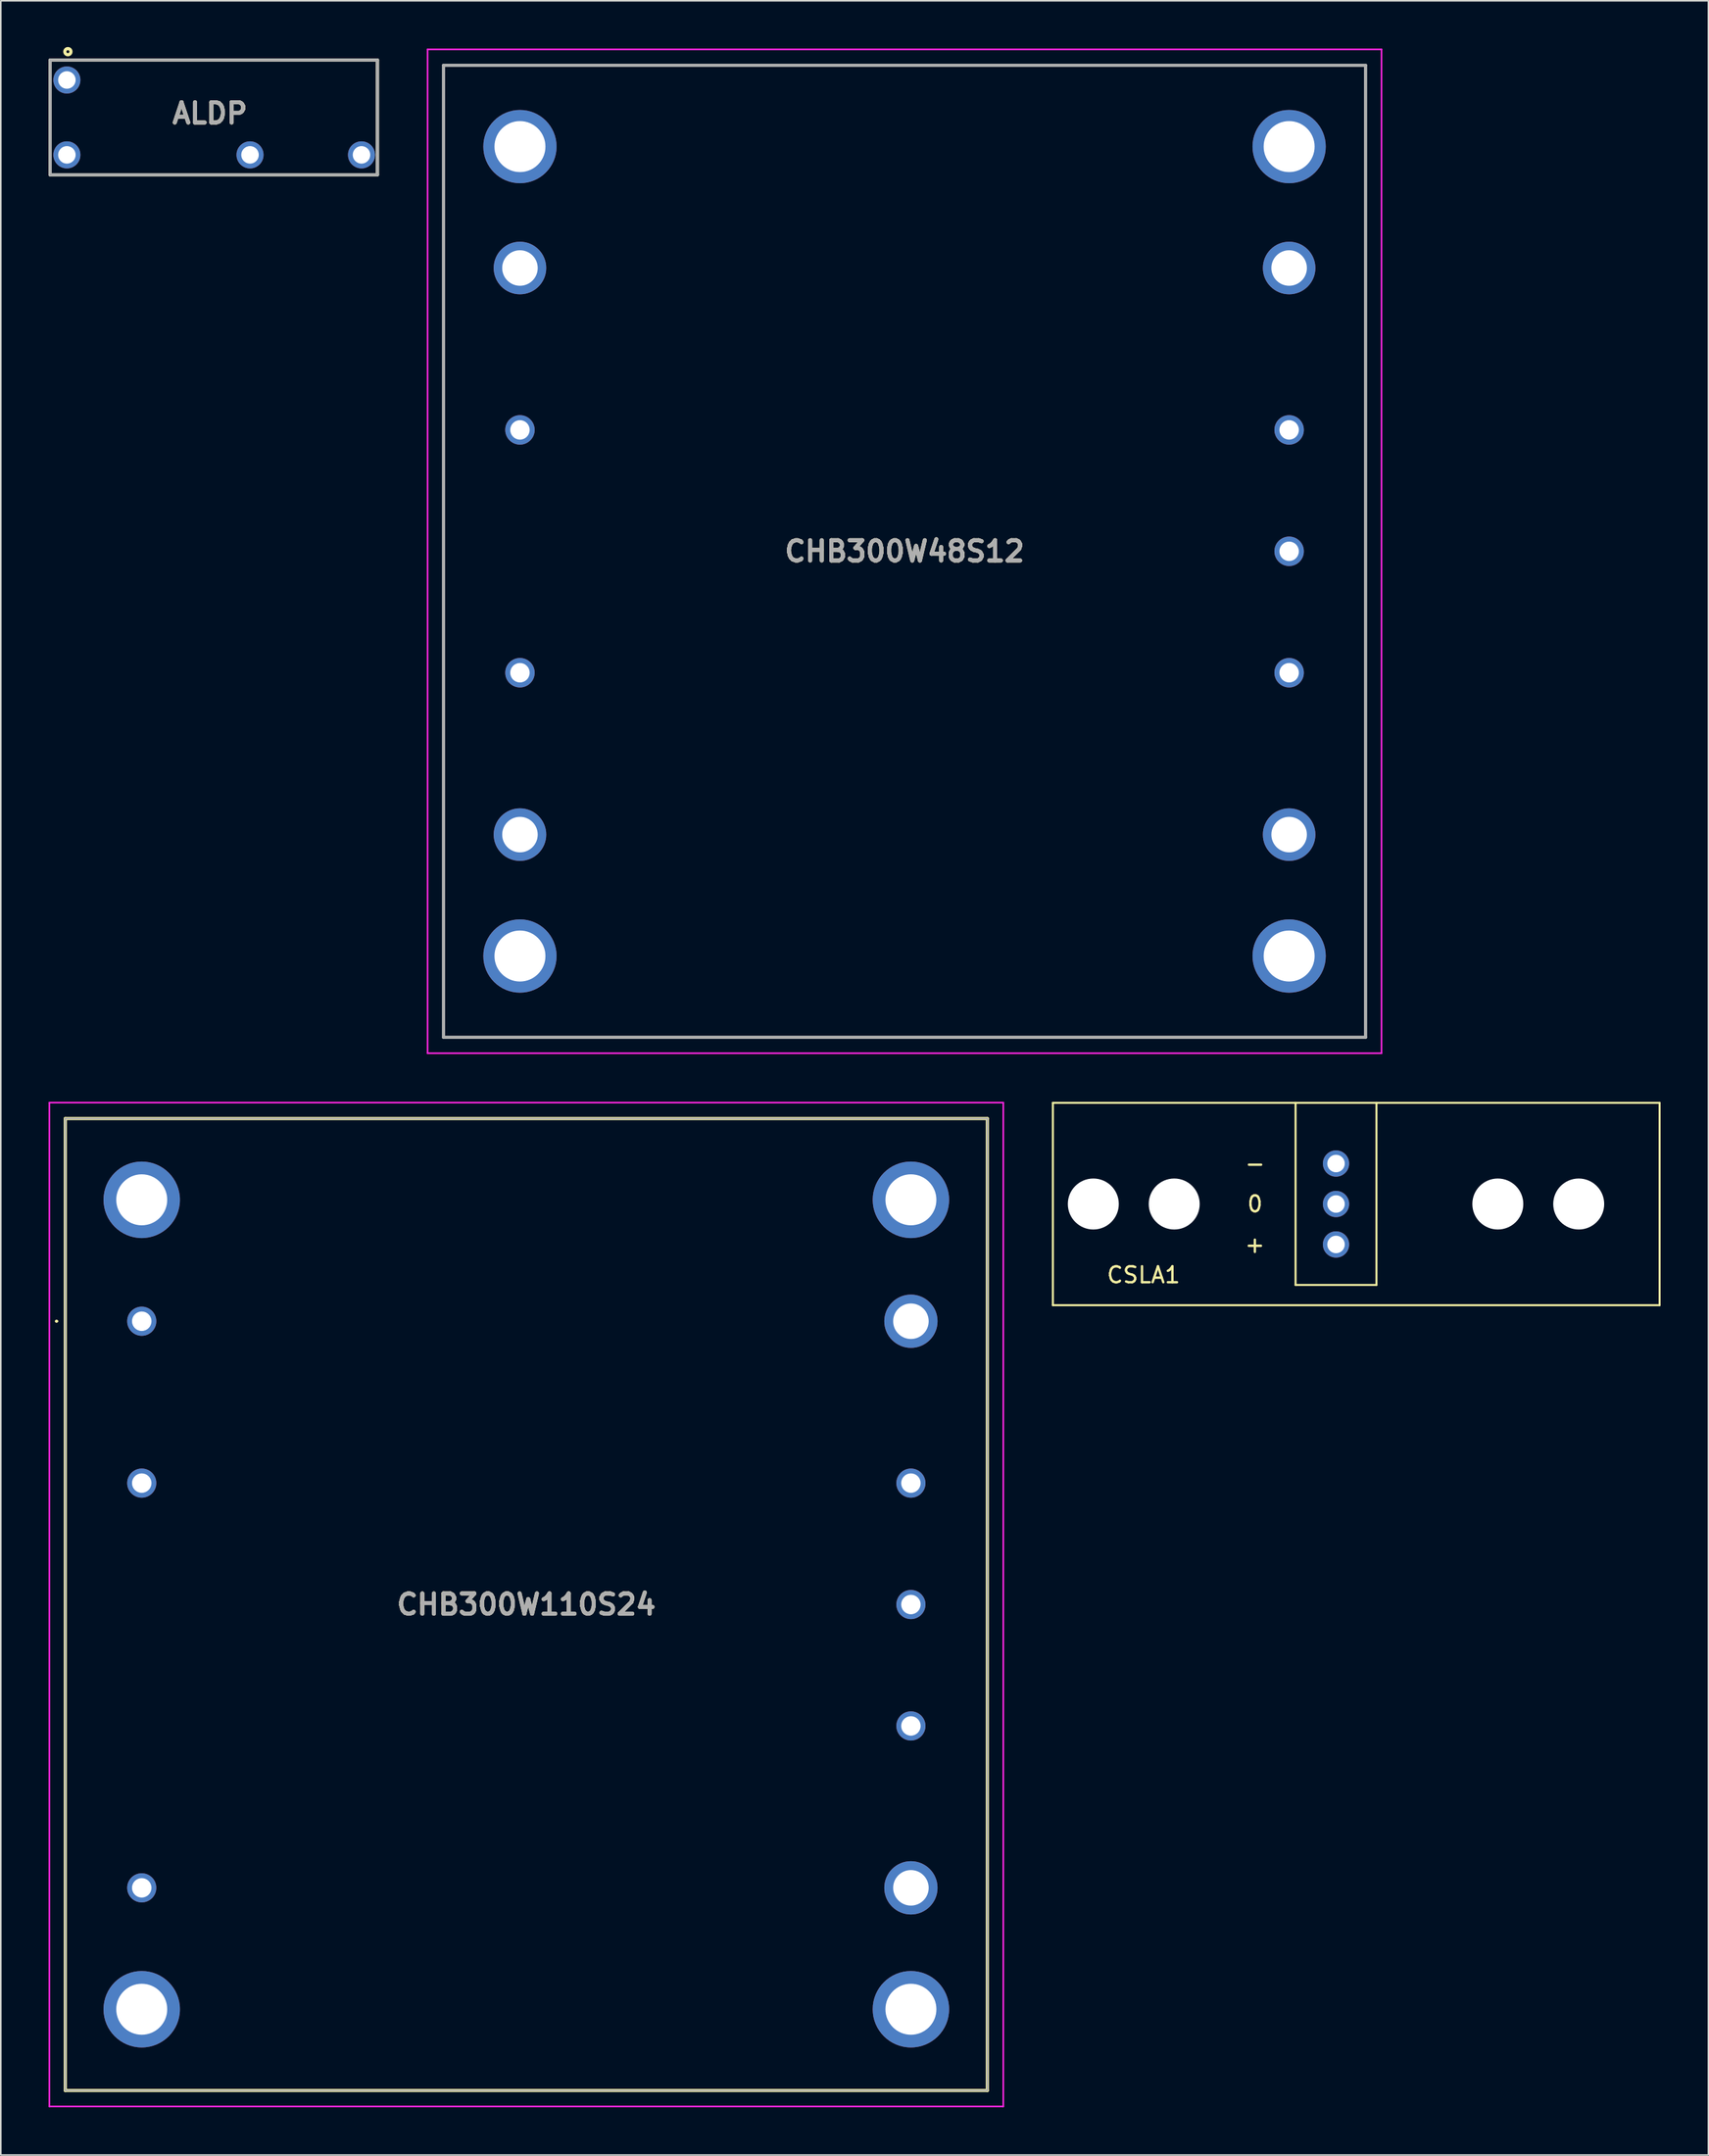
<source format=kicad_pcb>
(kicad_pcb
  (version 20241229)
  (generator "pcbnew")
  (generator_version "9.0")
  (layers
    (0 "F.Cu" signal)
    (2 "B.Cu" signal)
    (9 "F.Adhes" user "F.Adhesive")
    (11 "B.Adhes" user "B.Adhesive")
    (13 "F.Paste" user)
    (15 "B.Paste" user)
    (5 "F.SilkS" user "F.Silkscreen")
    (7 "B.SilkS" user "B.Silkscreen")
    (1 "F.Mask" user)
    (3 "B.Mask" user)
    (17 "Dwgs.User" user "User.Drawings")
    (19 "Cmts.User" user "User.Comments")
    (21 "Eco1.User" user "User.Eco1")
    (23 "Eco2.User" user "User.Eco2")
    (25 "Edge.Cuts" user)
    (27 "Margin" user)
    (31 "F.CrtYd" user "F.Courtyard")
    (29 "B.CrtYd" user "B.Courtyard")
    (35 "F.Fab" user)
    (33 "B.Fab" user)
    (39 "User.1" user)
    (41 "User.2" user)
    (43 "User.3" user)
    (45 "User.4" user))
  (footprint "CSLA1"
    (layer "F.Cu")
    (at 80.844 72.513)
    (property "Reference" "CSLA1" (at -12.087 4.453 0) (layer "F.SilkS") (effects (font (size 1.002 1.002) (thickness 0.15))))
    (attr through_hole)
    (fp_line (start -17.78 -6.35) (end -17.78 6.35) (stroke (width 0.127) (type solid)) (layer "F.SilkS"))
    (fp_line (start -17.78 -6.35) (end -2.54 -6.35) (stroke (width 0.127) (type solid)) (layer "F.SilkS"))
    (fp_line (start -2.54 -6.35) (end -2.54 5.08) (stroke (width 0.127) (type solid)) (layer "F.SilkS"))
    (fp_line (start -2.54 -6.35) (end 2.54 -6.35) (stroke (width 0.127) (type solid)) (layer "F.SilkS"))
    (fp_line (start -2.54 5.08) (end 2.54 5.08) (stroke (width 0.127) (type solid)) (layer "F.SilkS"))
    (fp_line (start 2.54 -6.35) (end 20.32 -6.35) (stroke (width 0.127) (type solid)) (layer "F.SilkS"))
    (fp_line (start 2.54 5.08) (end 2.54 -6.35) (stroke (width 0.127) (type solid)) (layer "F.SilkS"))
    (fp_line (start 20.32 6.35) (end -17.78 6.35) (stroke (width 0.127) (type solid)) (layer "F.SilkS"))
    (fp_line (start 20.32 6.35) (end 20.32 -6.35) (stroke (width 0.127) (type solid)) (layer "F.SilkS"))
    (fp_text user "-" (at -5.085 -2.542 0) (layer "F.SilkS") (effects (font (size 1.001 1.001) (thickness 0.15))))
    (fp_text user "0" (at -5.088 0 0) (layer "F.SilkS") (effects (font (size 1.001 1.001) (thickness 0.15))))
    (fp_text user "+" (at -5.096 2.548 0) (layer "F.SilkS") (effects (font (size 1.003 1.003) (thickness 0.15))))
    (pad "" np_thru_hole circle (at -15.24 0) (size 3.2 3.2) (drill 3.2) (layers "*.Cu" "*.Mask"))
    (pad "" np_thru_hole circle (at -10.16 0) (size 3.2 3.2) (drill 3.2) (layers "*.Cu" "*.Mask"))
    (pad "" np_thru_hole circle (at 10.16 0) (size 3.2 3.2) (drill 3.2) (layers "*.Cu" "*.Mask"))
    (pad "" np_thru_hole circle (at 15.24 0) (size 3.2 3.2) (drill 3.2) (layers "*.Cu" "*.Mask"))
    (pad "1" thru_hole circle (at 0 -2.54) (size 1.65 1.65) (drill 1.1) (layers "*.Cu" "*.Mask"))
    (pad "2" thru_hole circle (at 0 0) (size 1.65 1.65) (drill 1.1) (layers "*.Cu" "*.Mask"))
    (pad "3" thru_hole circle (at 0 2.54) (size 1.65 1.65) (drill 1.1) (layers "*.Cu" "*.Mask")))
  (footprint "ALDP"
    (layer "F.Cu")
    (at 10.4 4.32)
    (property "Reference" "ALDP" (at -0.268 -0.257 0) (layer "F.SilkS") (effects (font (size 1.27 1.27) (thickness 0.254))))
    (attr through_hole)
    (fp_line (start -10.3 -3.6) (end -10.3 3.6) (stroke (width 0.2) (type solid)) (layer "F.SilkS"))
    (fp_line (start -10.3 3.6) (end 10.25 3.6) (stroke (width 0.2) (type solid)) (layer "F.SilkS"))
    (fp_line (start 10.25 -3.6) (end -10.3 -3.6) (stroke (width 0.2) (type solid)) (layer "F.SilkS"))
    (fp_line (start 10.25 3.6) (end 10.25 -3.6) (stroke (width 0.2) (type solid)) (layer "F.SilkS"))
    (fp_circle (center -9.187 -4.128) (end -9.187 -4.036) (stroke (width 0.2) (type solid)) (fill no) (layer "F.SilkS"))
    (fp_line (start -10.3 -3.6) (end 10.25 -3.6) (stroke (width 0.2) (type solid)) (layer "F.Fab"))
    (fp_line (start -10.3 3.6) (end -10.3 -3.6) (stroke (width 0.2) (type solid)) (layer "F.Fab"))
    (fp_line (start 10.25 -3.6) (end 10.25 3.6) (stroke (width 0.2) (type solid)) (layer "F.Fab"))
    (fp_line (start 10.25 3.6) (end -10.3 3.6) (stroke (width 0.2) (type solid)) (layer "F.Fab"))
    (fp_text user "${REFERENCE}" (at -0.268 -0.257 0) (layer "F.Fab") (effects (font (size 1.27 1.27) (thickness 0.254))))
    (pad "1" thru_hole circle (at -9.25 -2.35) (size 1.7 1.7) (drill 1.1) (layers "*.Cu" "*.Mask"))
    (pad "2" thru_hole circle (at -9.25 2.35) (size 1.7 1.7) (drill 1.1) (layers "*.Cu" "*.Mask"))
    (pad "3" thru_hole circle (at 2.25 2.35) (size 1.7 1.7) (drill 1.1) (layers "*.Cu" "*.Mask"))
    (pad "4" thru_hole circle (at 9.25 2.35) (size 1.7 1.7) (drill 1.1) (layers "*.Cu" "*.Mask")))
  (footprint "CHB300W48S12"
    (layer "F.Cu")
    (at 29.6 13.77)
    (property "Reference" "CHB300W48S12" (at 24.15 17.78 0) (layer "F.SilkS") (effects (font (size 1.27 1.27) (thickness 0.254))))
    (attr through_hole)
    (fp_line (start -4.8 -12.72) (end 53.1 -12.72) (stroke (width 0.1) (type solid)) (layer "F.SilkS"))
    (fp_line (start -4.8 48.28) (end -4.8 -12.72) (stroke (width 0.1) (type solid)) (layer "F.SilkS"))
    (fp_line (start 53.1 -12.72) (end 53.1 48.28) (stroke (width 0.1) (type solid)) (layer "F.SilkS"))
    (fp_line (start 53.1 48.28) (end -4.8 48.28) (stroke (width 0.1) (type solid)) (layer "F.SilkS"))
    (fp_line (start -5.8 -13.72) (end 54.1 -13.72) (stroke (width 0.1) (type solid)) (layer "F.CrtYd"))
    (fp_line (start -5.8 49.28) (end -5.8 -13.72) (stroke (width 0.1) (type solid)) (layer "F.CrtYd"))
    (fp_line (start 54.1 -13.72) (end 54.1 49.28) (stroke (width 0.1) (type solid)) (layer "F.CrtYd"))
    (fp_line (start 54.1 49.28) (end -5.8 49.28) (stroke (width 0.1) (type solid)) (layer "F.CrtYd"))
    (fp_line (start -4.8 -12.72) (end 53.1 -12.72) (stroke (width 0.2) (type solid)) (layer "F.Fab"))
    (fp_line (start -4.8 48.28) (end -4.8 -12.72) (stroke (width 0.2) (type solid)) (layer "F.Fab"))
    (fp_line (start 53.1 -12.72) (end 53.1 48.28) (stroke (width 0.2) (type solid)) (layer "F.Fab"))
    (fp_line (start 53.1 48.28) (end -4.8 48.28) (stroke (width 0.2) (type solid)) (layer "F.Fab"))
    (fp_text user "${REFERENCE}" (at 24.15 17.78 0) (layer "F.Fab") (effects (font (size 1.27 1.27) (thickness 0.254))))
    (pad "1" thru_hole circle (at 0 0) (size 3.3 3.3) (drill 2.23) (layers "*.Cu" "*.Mask"))
    (pad "2" thru_hole circle (at 0 10.16) (size 1.85 1.85) (drill 1.22) (layers "*.Cu" "*.Mask"))
    (pad "3" thru_hole circle (at 0 25.4) (size 1.85 1.85) (drill 1.22) (layers "*.Cu" "*.Mask"))
    (pad "4" thru_hole circle (at 0 35.56) (size 3.3 3.3) (drill 2.23) (layers "*.Cu" "*.Mask"))
    (pad "5" thru_hole circle (at 48.3 35.56) (size 3.3 3.3) (drill 2.23) (layers "*.Cu" "*.Mask"))
    (pad "6" thru_hole circle (at 48.3 25.4) (size 1.85 1.85) (drill 1.22) (layers "*.Cu" "*.Mask"))
    (pad "7" thru_hole circle (at 48.3 17.78) (size 1.85 1.85) (drill 1.22) (layers "*.Cu" "*.Mask"))
    (pad "8" thru_hole circle (at 48.3 10.16) (size 1.85 1.85) (drill 1.22) (layers "*.Cu" "*.Mask"))
    (pad "9" thru_hole circle (at 48.3 0) (size 3.3 3.3) (drill 2.23) (layers "*.Cu" "*.Mask"))
    (pad "MH1" thru_hole circle (at 48.3 -7.62) (size 4.6 4.6) (drill 3.2) (layers "*.Cu" "*.Mask"))
    (pad "MH2" thru_hole circle (at 0 -7.62) (size 4.6 4.6) (drill 3.2) (layers "*.Cu" "*.Mask"))
    (pad "MH3" thru_hole circle (at 0 43.18) (size 4.6 4.6) (drill 3.2) (layers "*.Cu" "*.Mask"))
    (pad "MH4" thru_hole circle (at 48.3 43.18) (size 4.6 4.6) (drill 3.2) (layers "*.Cu" "*.Mask")))
  (footprint "CHB300W110S24"
    (layer "F.Cu")
    (at 5.85 79.87)
    (property "Reference" "CHB300W110S24" (at 24.15 17.78 0) (layer "F.SilkS") (effects (font (size 1.27 1.27) (thickness 0.254))))
    (attr through_hole)
    (fp_line (start -5.4 0) (end -5.4 0) (stroke (width 0.1) (type solid)) (layer "F.SilkS"))
    (fp_line (start -5.3 0) (end -5.3 0) (stroke (width 0.1) (type solid)) (layer "F.SilkS"))
    (fp_line (start -4.8 -12.72) (end 53.1 -12.72) (stroke (width 0.2) (type solid)) (layer "F.SilkS"))
    (fp_line (start -4.8 48.28) (end -4.8 -12.72) (stroke (width 0.2) (type solid)) (layer "F.SilkS"))
    (fp_line (start 53.1 -12.72) (end 53.1 48.28) (stroke (width 0.2) (type solid)) (layer "F.SilkS"))
    (fp_line (start 53.1 48.28) (end -4.8 48.28) (stroke (width 0.2) (type solid)) (layer "F.SilkS"))
    (fp_arc (start -5.4 0) (mid -5.35 -0.05) (end -5.3 0) (stroke (width 0.1) (type solid)) (layer "F.SilkS"))
    (fp_arc (start -5.3 0) (mid -5.35 0.05) (end -5.4 0) (stroke (width 0.1) (type solid)) (layer "F.SilkS"))
    (fp_line (start -5.8 -13.72) (end 54.1 -13.72) (stroke (width 0.1) (type solid)) (layer "F.CrtYd"))
    (fp_line (start -5.8 49.28) (end -5.8 -13.72) (stroke (width 0.1) (type solid)) (layer "F.CrtYd"))
    (fp_line (start 54.1 -13.72) (end 54.1 49.28) (stroke (width 0.1) (type solid)) (layer "F.CrtYd"))
    (fp_line (start 54.1 49.28) (end -5.8 49.28) (stroke (width 0.1) (type solid)) (layer "F.CrtYd"))
    (fp_line (start -4.8 -12.72) (end 53.1 -12.72) (stroke (width 0.1) (type solid)) (layer "F.Fab"))
    (fp_line (start -4.8 48.28) (end -4.8 -12.72) (stroke (width 0.1) (type solid)) (layer "F.Fab"))
    (fp_line (start 53.1 -12.72) (end 53.1 48.28) (stroke (width 0.1) (type solid)) (layer "F.Fab"))
    (fp_line (start 53.1 48.28) (end -4.8 48.28) (stroke (width 0.1) (type solid)) (layer "F.Fab"))
    (fp_text user "${REFERENCE}" (at 24.15 17.78 0) (layer "F.Fab") (effects (font (size 1.27 1.27) (thickness 0.254))))
    (pad "1" thru_hole circle (at 0 0) (size 1.83 1.83) (drill 1.22) (layers "*.Cu" "*.Mask"))
    (pad "2" thru_hole circle (at 0 10.16) (size 1.83 1.83) (drill 1.22) (layers "*.Cu" "*.Mask"))
    (pad "4" thru_hole circle (at 0 35.56) (size 1.83 1.83) (drill 1.22) (layers "*.Cu" "*.Mask"))
    (pad "5" thru_hole circle (at 48.3 0) (size 3.345 3.345) (drill 2.23) (layers "*.Cu" "*.Mask"))
    (pad "6" thru_hole circle (at 48.3 10.16) (size 1.83 1.83) (drill 1.22) (layers "*.Cu" "*.Mask"))
    (pad "7" thru_hole circle (at 48.3 17.78) (size 1.83 1.83) (drill 1.22) (layers "*.Cu" "*.Mask"))
    (pad "8" thru_hole circle (at 48.3 25.4) (size 1.83 1.83) (drill 1.22) (layers "*.Cu" "*.Mask"))
    (pad "9" thru_hole circle (at 48.3 35.56) (size 3.345 3.345) (drill 2.23) (layers "*.Cu" "*.Mask"))
    (pad "MH1" thru_hole circle (at 0 -7.62) (size 4.8 4.8) (drill 3.2) (layers "*.Cu" "*.Mask"))
    (pad "MH2" thru_hole circle (at 0 43.18) (size 4.8 4.8) (drill 3.2) (layers "*.Cu" "*.Mask"))
    (pad "MH3" thru_hole circle (at 48.3 -7.62) (size 4.8 4.8) (drill 3.2) (layers "*.Cu" "*.Mask"))
    (pad "MH4" thru_hole circle (at 48.3 43.18) (size 4.8 4.8) (drill 3.2) (layers "*.Cu" "*.Mask")))
  (gr_rect
    (start -3 -3)
    (end 104.227 132.2)
    (stroke (width 0.1) (type default))
    (fill no)
    (layer "Edge.Cuts")))
</source>
